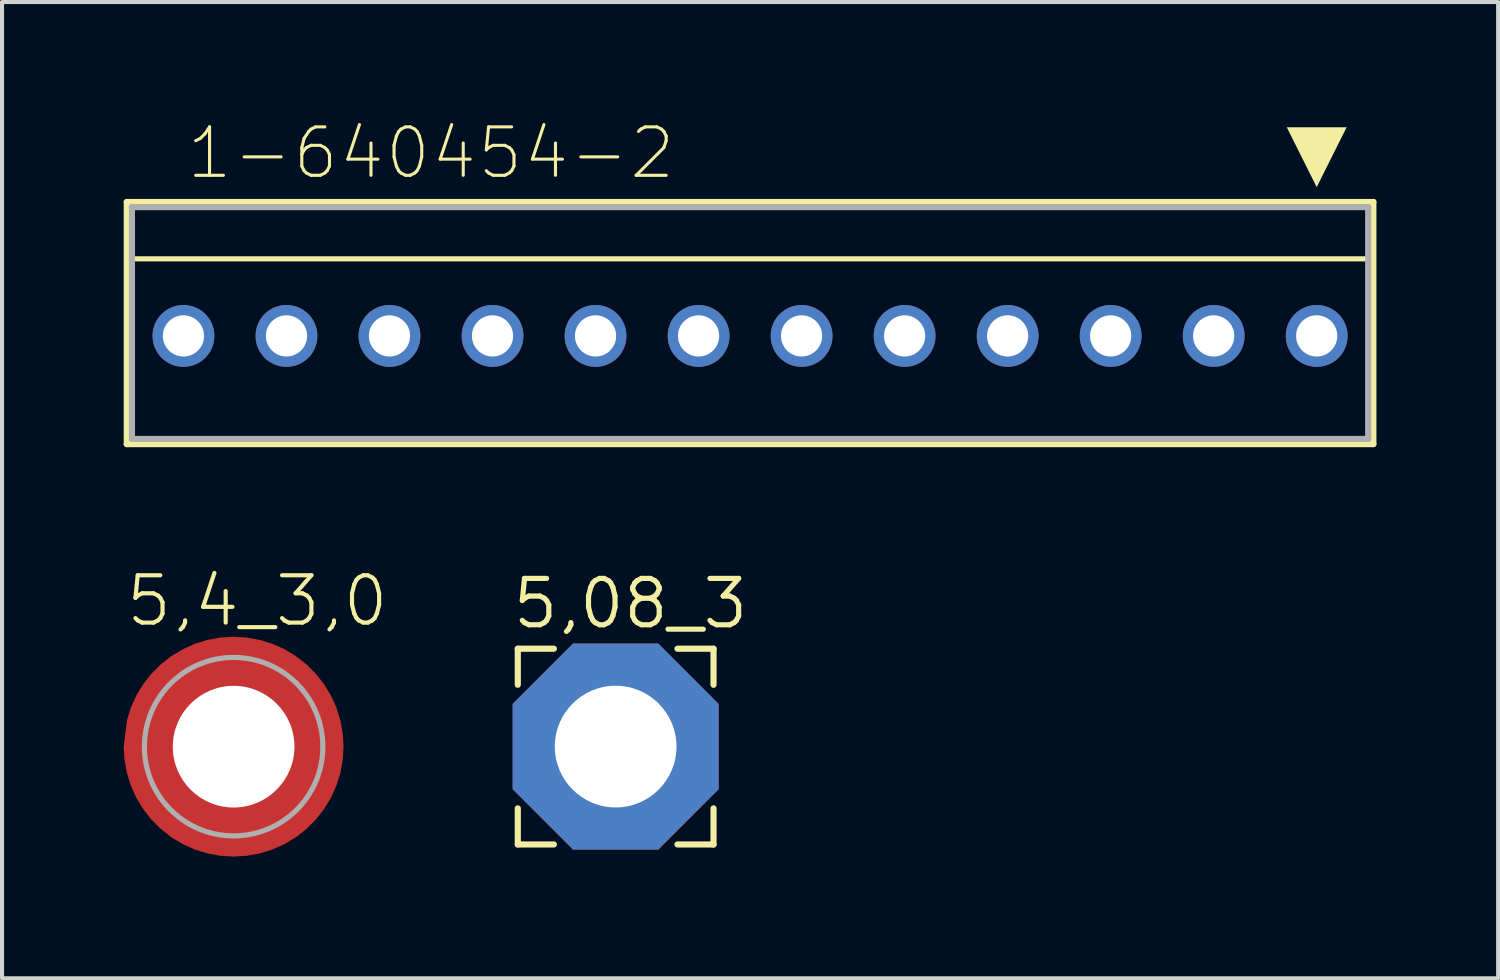
<source format=kicad_pcb>
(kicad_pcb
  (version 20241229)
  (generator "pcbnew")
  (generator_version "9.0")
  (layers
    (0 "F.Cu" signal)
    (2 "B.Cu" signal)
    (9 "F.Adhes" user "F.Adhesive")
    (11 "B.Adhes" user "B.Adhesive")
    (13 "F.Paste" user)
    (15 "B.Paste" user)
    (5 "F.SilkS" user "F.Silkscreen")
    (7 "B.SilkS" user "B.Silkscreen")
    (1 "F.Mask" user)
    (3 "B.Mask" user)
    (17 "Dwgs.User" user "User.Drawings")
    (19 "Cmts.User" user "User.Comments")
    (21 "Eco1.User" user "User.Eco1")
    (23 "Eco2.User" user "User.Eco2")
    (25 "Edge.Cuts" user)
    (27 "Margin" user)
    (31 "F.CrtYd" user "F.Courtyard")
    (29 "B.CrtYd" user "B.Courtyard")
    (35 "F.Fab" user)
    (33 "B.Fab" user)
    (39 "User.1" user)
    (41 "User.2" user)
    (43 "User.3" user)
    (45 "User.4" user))
  (footprint "1-640454-2"
    (layer "F.Cu")
    (at 15.443 5.232)
    (property "Reference" "1-640454-2" (at -13.945 -3.81 0) (unlocked yes) (layer "F.SilkS") (effects (font (size 1.194 1.194) (thickness 0.076)) (justify left bottom)))
    (fp_line (start -15.367 -3.302) (end -15.367 2.667) (stroke (width 0.152) (type solid)) (layer "F.SilkS"))
    (fp_line (start -15.367 2.667) (end 15.367 2.667) (stroke (width 0.152) (type solid)) (layer "F.SilkS"))
    (fp_line (start -15.24 -1.9) (end 15.24 -1.9) (stroke (width 0.127) (type solid)) (layer "F.SilkS"))
    (fp_line (start 15.367 -3.302) (end -15.367 -3.302) (stroke (width 0.152) (type solid)) (layer "F.SilkS"))
    (fp_line (start 15.367 2.667) (end 15.367 -3.302) (stroke (width 0.152) (type solid)) (layer "F.SilkS"))
    (fp_poly (pts (xy 13.97 -3.668) (xy 13.232 -5.144) (xy 14.708 -5.144)) (stroke (width 0) (type default)) (fill yes) (layer "F.SilkS"))
    (fp_line (start -15.24 -3.175) (end -15.24 2.54) (stroke (width 0.152) (type solid)) (layer "F.Fab"))
    (fp_line (start -15.24 2.54) (end 15.24 2.54) (stroke (width 0.152) (type solid)) (layer "F.Fab"))
    (fp_line (start 15.24 -3.175) (end -15.24 -3.175) (stroke (width 0.152) (type solid)) (layer "F.Fab"))
    (fp_line (start 15.24 2.54) (end 15.24 -3.175) (stroke (width 0.152) (type solid)) (layer "F.Fab"))
    (pad "1" thru_hole circle (at 13.97 0 180) (size 1.524 1.524) (drill 1.016) (layers "*.Cu" "*.Mask"))
    (pad "2" thru_hole circle (at 11.43 0 180) (size 1.524 1.524) (drill 1.016) (layers "*.Cu" "*.Mask"))
    (pad "3" thru_hole circle (at 8.89 0 180) (size 1.524 1.524) (drill 1.016) (layers "*.Cu" "*.Mask"))
    (pad "4" thru_hole circle (at 6.35 0 180) (size 1.524 1.524) (drill 1.016) (layers "*.Cu" "*.Mask"))
    (pad "5" thru_hole circle (at 3.81 0 180) (size 1.524 1.524) (drill 1.016) (layers "*.Cu" "*.Mask"))
    (pad "6" thru_hole circle (at 1.27 0 180) (size 1.524 1.524) (drill 1.016) (layers "*.Cu" "*.Mask"))
    (pad "7" thru_hole circle (at -1.27 0 180) (size 1.524 1.524) (drill 1.016) (layers "*.Cu" "*.Mask"))
    (pad "8" thru_hole circle (at -3.81 0 180) (size 1.524 1.524) (drill 1.016) (layers "*.Cu" "*.Mask"))
    (pad "9" thru_hole circle (at -6.35 0 180) (size 1.524 1.524) (drill 1.016) (layers "*.Cu" "*.Mask"))
    (pad "10" thru_hole circle (at -8.89 0 180) (size 1.524 1.524) (drill 1.016) (layers "*.Cu" "*.Mask"))
    (pad "11" thru_hole circle (at -11.43 0 180) (size 1.524 1.524) (drill 1.016) (layers "*.Cu" "*.Mask"))
    (pad "12" thru_hole circle (at -13.97 0 180) (size 1.524 1.524) (drill 1.016) (layers "*.Cu" "*.Mask")))
  (footprint "5,08_3"
    (layer "F.Cu")
    (at 12.129 15.357)
    (property "Reference" "5,08_3" (at -2.603 -2.857 0) (unlocked yes) (layer "F.SilkS") (effects (font (size 1.143 1.143) (thickness 0.127)) (justify left bottom)))
    (fp_line (start -2.413 -2.413) (end -2.413 -1.524) (stroke (width 0.152) (type solid)) (layer "F.SilkS"))
    (fp_line (start -2.413 1.524) (end -2.413 2.413) (stroke (width 0.152) (type solid)) (layer "F.SilkS"))
    (fp_line (start -2.413 2.413) (end -1.524 2.413) (stroke (width 0.152) (type solid)) (layer "F.SilkS"))
    (fp_line (start -1.524 -2.413) (end -2.413 -2.413) (stroke (width 0.152) (type solid)) (layer "F.SilkS"))
    (fp_line (start 1.524 2.413) (end 2.413 2.413) (stroke (width 0.152) (type solid)) (layer "F.SilkS"))
    (fp_line (start 2.413 -2.413) (end 1.524 -2.413) (stroke (width 0.152) (type solid)) (layer "F.SilkS"))
    (fp_line (start 2.413 -1.524) (end 2.413 -2.413) (stroke (width 0.152) (type solid)) (layer "F.SilkS"))
    (fp_line (start 2.413 2.413) (end 2.413 1.524) (stroke (width 0.152) (type solid)) (layer "F.SilkS"))
    (pad "P$1" thru_hole roundrect (at 0 0) (size 5.08 5.08) (drill 3) (layers "*.Cu" "*.Mask") (roundrect_rratio 0.25) (chamfer_ratio 0.293) (chamfer top_left top_right bottom_left bottom_right)))
  (footprint "5,4_3,0"
    (layer "F.Cu")
    (at 2.71 15.359)
    (property "Reference" "5,4_3,0" (at -2.71 -2.91 0) (unlocked yes) (layer "F.SilkS") (effects (font (size 1.168 1.168) (thickness 0.102)) (justify left bottom)))
    (fp_poly (pts (xy 0.01 -1.491) (xy -0.461 -1.417) (xy -0.676 -1.328) (xy -0.876 -1.205) (xy -1.054 -1.054) (xy -1.205 -0.876) (xy -1.328 -0.676) (xy -1.417 -0.46) (xy -1.472 -0.233) (xy -1.49 -0.000396) (xy -1.417 0.461) (xy -1.328 0.676) (xy -1.205 0.876) (xy -1.054 1.054) (xy -0.876 1.205) (xy -0.676 1.328) (xy -0.46 1.417) (xy -0.233 1.472) (xy 0.01 1.491) (xy 0.01 2.711) (xy -0.327 2.69) (xy -0.649 2.631) (xy -0.961 2.534) (xy -1.259 2.4) (xy -1.539 2.23) (xy -1.797 2.028) (xy -2.028 1.797) (xy -2.23 1.539) (xy -2.4 1.259) (xy -2.534 0.961) (xy -2.631 0.649) (xy -2.69 0.327) (xy -2.71 -0.000303) (xy -2.631 -0.648) (xy -2.534 -0.961) (xy -2.4 -1.259) (xy -2.23 -1.539) (xy -2.028 -1.797) (xy -1.797 -2.028) (xy -1.539 -2.23) (xy -1.259 -2.4) (xy -0.961 -2.534) (xy -0.649 -2.631) (xy -0.327 -2.69) (xy 0.01 -2.711)) (stroke (width 0) (type default)) (fill yes) (layer "F.Cu"))
    (fp_poly (pts (xy 0.327 -2.69) (xy 0.649 -2.631) (xy 0.961 -2.534) (xy 1.259 -2.4) (xy 1.539 -2.23) (xy 1.797 -2.028) (xy 2.028 -1.797) (xy 2.23 -1.539) (xy 2.4 -1.259) (xy 2.534 -0.961) (xy 2.631 -0.649) (xy 2.69 -0.327) (xy 2.71 0) (xy 2.69 0.327) (xy 2.631 0.649) (xy 2.534 0.961) (xy 2.4 1.259) (xy 2.23 1.539) (xy 2.028 1.797) (xy 1.797 2.028) (xy 1.539 2.23) (xy 1.259 2.4) (xy 0.961 2.534) (xy 0.649 2.631) (xy 0.327 2.69) (xy -0.01 2.711) (xy -0.01 1.491) (xy 0.461 1.417) (xy 0.676 1.328) (xy 0.876 1.205) (xy 1.054 1.054) (xy 1.205 0.876) (xy 1.328 0.676) (xy 1.417 0.46) (xy 1.472 0.233) (xy 1.49 0.000396) (xy 1.417 -0.461) (xy 1.328 -0.676) (xy 1.205 -0.876) (xy 1.054 -1.054) (xy 0.876 -1.205) (xy 0.676 -1.328) (xy 0.46 -1.417) (xy 0.233 -1.472) (xy -0.01 -1.491) (xy -0.01 -2.711)) (stroke (width 0) (type default)) (fill yes) (layer "F.Cu"))
    (fp_poly (pts (xy 0.315 -2.591) (xy 0.625 -2.534) (xy 0.926 -2.44) (xy 1.213 -2.311) (xy 1.483 -2.148) (xy 1.731 -1.954) (xy 1.954 -1.731) (xy 2.148 -1.483) (xy 2.311 -1.213) (xy 2.44 -0.926) (xy 2.534 -0.625) (xy 2.591 -0.315) (xy 2.61 0) (xy 2.591 0.315) (xy 2.534 0.625) (xy 2.44 0.926) (xy 2.311 1.213) (xy 2.148 1.483) (xy 1.954 1.731) (xy 1.731 1.954) (xy 1.483 2.148) (xy 1.213 2.311) (xy 0.926 2.44) (xy 0.625 2.534) (xy 0.315 2.591) (xy 0 2.61) (xy -0.315 2.591) (xy -0.625 2.534) (xy -0.926 2.44) (xy -1.213 2.311) (xy -1.483 2.148) (xy -1.731 1.954) (xy -1.954 1.731) (xy -2.148 1.483) (xy -2.311 1.213) (xy -2.44 0.926) (xy -2.534 0.625) (xy -2.591 0.315) (xy -2.61 0) (xy -2.591 -0.315) (xy -2.534 -0.625) (xy -2.44 -0.926) (xy -2.311 -1.213) (xy -2.148 -1.483) (xy -1.954 -1.731) (xy -1.731 -1.954) (xy -1.483 -2.148) (xy -1.213 -2.311) (xy -0.926 -2.44) (xy -0.625 -2.534) (xy -0.315 -2.591) (xy 0 -2.61)) (stroke (width 0) (type default)) (fill yes) (layer "F.Mask"))
    (fp_poly (pts (xy -0.19 -1.593) (xy -0.703 -1.437) (xy -0.929 -1.301) (xy -1.131 -1.131) (xy -1.301 -0.929) (xy -1.437 -0.703) (xy -1.534 -0.457) (xy -1.59 -0.199) (xy -1.59 -0.19) (xy -2.512 -0.19) (xy -2.373 -0.829) (xy -2.246 -1.126) (xy -2.083 -1.403) (xy -1.886 -1.658) (xy -1.658 -1.886) (xy -1.403 -2.083) (xy -1.126 -2.246) (xy -0.829 -2.373) (xy -0.519 -2.462) (xy -0.201 -2.51) (xy -0.19 -2.51)) (stroke (width 0) (type default)) (fill yes) (layer "F.Paste"))
    (fp_poly (pts (xy 0.829 -2.373) (xy 1.126 -2.246) (xy 1.403 -2.083) (xy 1.658 -1.886) (xy 1.886 -1.658) (xy 2.083 -1.403) (xy 2.246 -1.126) (xy 2.373 -0.829) (xy 2.462 -0.519) (xy 2.51 -0.201) (xy 2.51 -0.19) (xy 1.593 -0.19) (xy 1.437 -0.703) (xy 1.301 -0.929) (xy 1.131 -1.131) (xy 0.929 -1.301) (xy 0.703 -1.437) (xy 0.457 -1.534) (xy 0.199 -1.59) (xy 0.19 -1.59) (xy 0.19 -2.512)) (stroke (width 0) (type default)) (fill yes) (layer "F.Paste"))
    (fp_poly (pts (xy 2.462 0.519) (xy 2.373 0.829) (xy 2.246 1.126) (xy 2.083 1.403) (xy 1.886 1.658) (xy 1.658 1.886) (xy 1.403 2.083) (xy 1.126 2.246) (xy 0.829 2.373) (xy 0.519 2.462) (xy 0.201 2.51) (xy 0.19 2.51) (xy 0.19 1.593) (xy 0.703 1.437) (xy 0.929 1.301) (xy 1.131 1.131) (xy 1.301 0.929) (xy 1.437 0.703) (xy 1.534 0.457) (xy 1.59 0.199) (xy 1.59 0.19) (xy 2.512 0.19)) (stroke (width 0) (type default)) (fill yes) (layer "F.Paste"))
    (fp_poly (pts (xy -1.534 0.457) (xy -1.437 0.703) (xy -1.301 0.929) (xy -1.131 1.131) (xy -0.929 1.301) (xy -0.703 1.437) (xy -0.457 1.534) (xy -0.199 1.59) (xy -0.19 1.59) (xy -0.19 2.512) (xy -0.519 2.462) (xy -0.829 2.373) (xy -1.126 2.246) (xy -1.403 2.083) (xy -1.658 1.886) (xy -1.886 1.658) (xy -2.083 1.403) (xy -2.246 1.126) (xy -2.373 0.829) (xy -2.462 0.519) (xy -2.51 0.201) (xy -2.51 0.19) (xy -1.592 0.19)) (stroke (width 0) (type default)) (fill yes) (layer "F.Paste"))
    (fp_circle (center 0 0) (end 2.2 0) (stroke (width 0.127) (type solid)) (fill no) (layer "F.Fab"))
    (pad "1" thru_hole circle (at 0 0) (size 5.4 5.4) (drill 3) (layers "*.Cu" "*.Mask") (remove_unused_layers yes) (zone_layer_connections)))
  (gr_rect
    (start -3 -3)
    (end 33.886 21.069)
    (stroke (width 0.1) (type default))
    (fill no)
    (layer "Edge.Cuts")))
</source>
